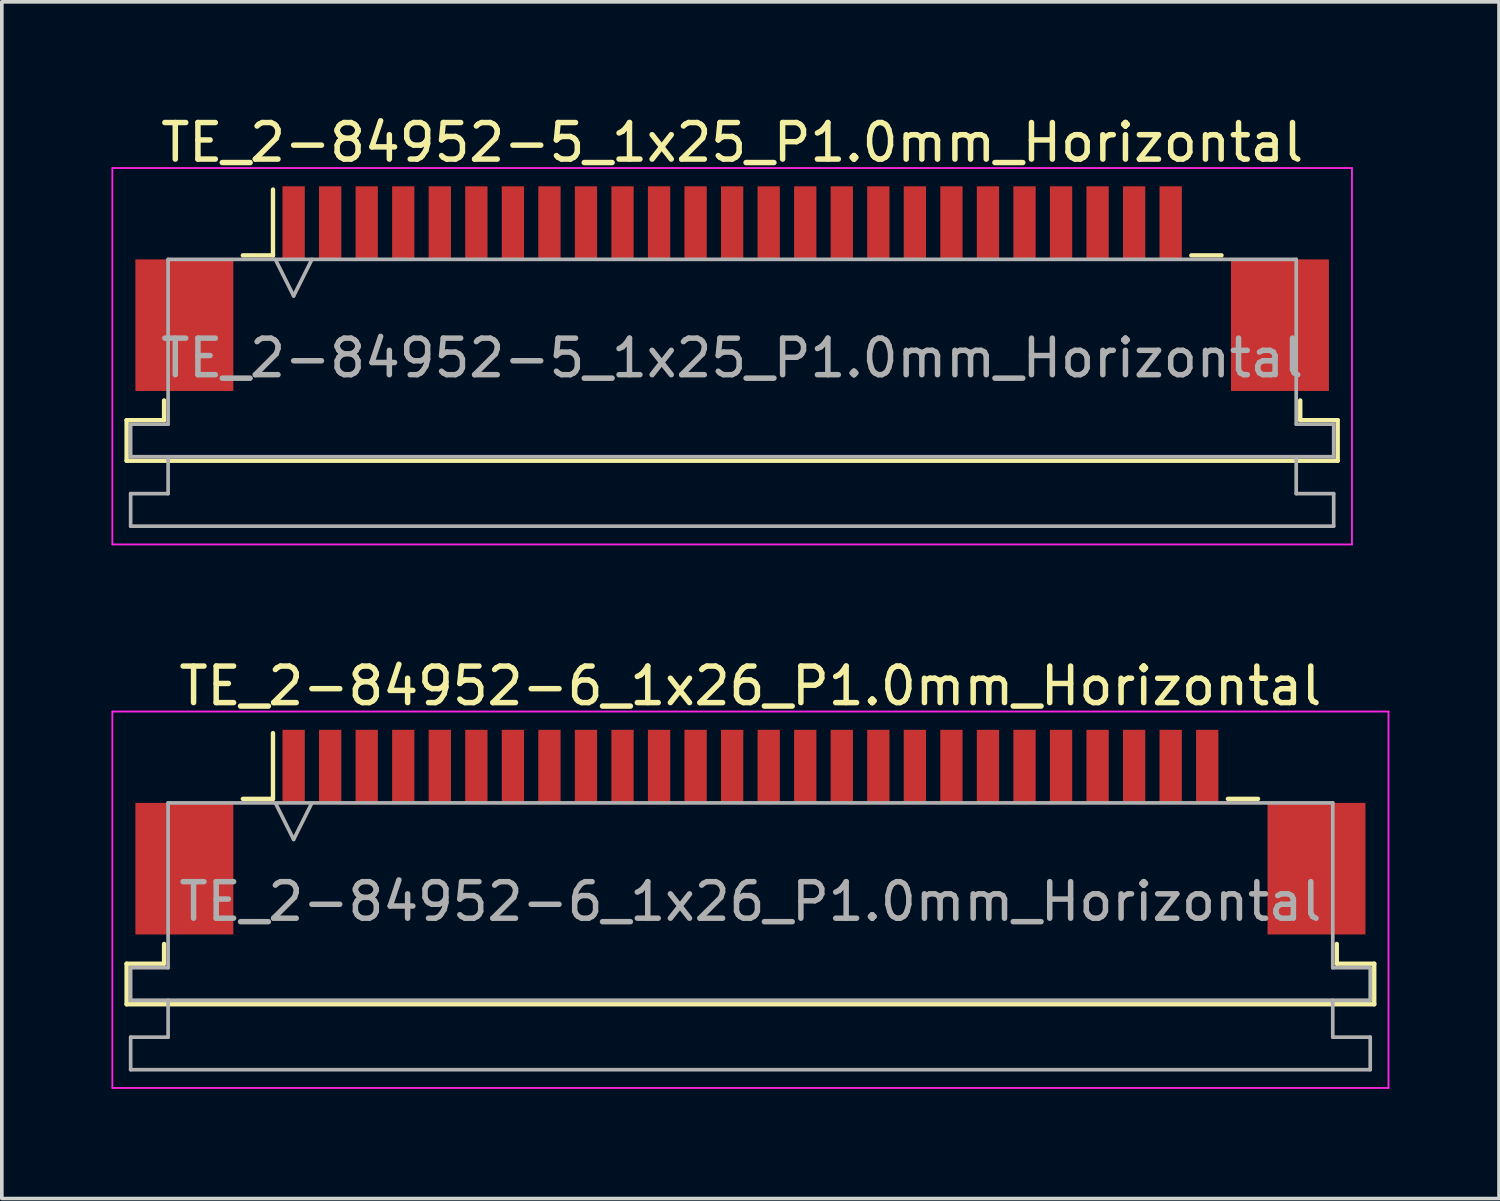
<source format=kicad_pcb>
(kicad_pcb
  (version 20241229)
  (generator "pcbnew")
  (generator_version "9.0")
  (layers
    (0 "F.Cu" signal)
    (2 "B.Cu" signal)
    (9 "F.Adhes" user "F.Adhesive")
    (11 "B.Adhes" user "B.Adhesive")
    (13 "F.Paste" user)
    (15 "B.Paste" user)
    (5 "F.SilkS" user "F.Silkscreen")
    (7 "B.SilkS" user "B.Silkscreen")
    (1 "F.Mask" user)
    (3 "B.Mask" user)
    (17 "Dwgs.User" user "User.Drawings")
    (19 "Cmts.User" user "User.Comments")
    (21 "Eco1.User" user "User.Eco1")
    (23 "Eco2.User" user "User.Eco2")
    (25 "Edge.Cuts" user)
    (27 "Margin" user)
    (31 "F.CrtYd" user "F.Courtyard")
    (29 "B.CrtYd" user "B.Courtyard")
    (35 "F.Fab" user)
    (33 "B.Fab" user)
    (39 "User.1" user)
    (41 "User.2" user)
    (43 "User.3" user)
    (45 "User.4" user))
  (footprint "TE_2-84952-5_1x25_P1.0mm_Horizontal"
    (layer "F.Cu")
    (at 16.985 4.848)
    (property "Reference" "TE_2-84952-5_1x25_P1.0mm_Horizontal" (at 0 -4 0) (layer "F.SilkS") (effects (font (size 1 1) (thickness 0.15))))
    (attr smd)
    (fp_line (start -16.57 3.6) (end -15.545 3.6) (stroke (width 0.12) (type solid)) (layer "F.SilkS"))
    (fp_line (start -16.57 4.71) (end -16.57 3.6) (stroke (width 0.12) (type solid)) (layer "F.SilkS"))
    (fp_line (start -15.545 3.6) (end -15.545 3.06) (stroke (width 0.12) (type solid)) (layer "F.SilkS"))
    (fp_line (start -13.39 -0.91) (end -12.565 -0.91) (stroke (width 0.12) (type solid)) (layer "F.SilkS"))
    (fp_line (start -12.565 -0.91) (end -12.565 -2.71) (stroke (width 0.12) (type solid)) (layer "F.SilkS"))
    (fp_line (start 12.565 -0.91) (end 13.39 -0.91) (stroke (width 0.12) (type solid)) (layer "F.SilkS"))
    (fp_line (start 15.545 3.06) (end 15.545 3.6) (stroke (width 0.12) (type solid)) (layer "F.SilkS"))
    (fp_line (start 15.545 3.6) (end 16.57 3.6) (stroke (width 0.12) (type solid)) (layer "F.SilkS"))
    (fp_line (start 16.57 3.6) (end 16.57 4.71) (stroke (width 0.12) (type solid)) (layer "F.SilkS"))
    (fp_line (start 16.57 4.71) (end -16.57 4.71) (stroke (width 0.12) (type solid)) (layer "F.SilkS"))
    (fp_line (start -16.96 -3.3) (end -16.96 7) (stroke (width 0.05) (type solid)) (layer "F.CrtYd"))
    (fp_line (start -16.96 7) (end 16.96 7) (stroke (width 0.05) (type solid)) (layer "F.CrtYd"))
    (fp_line (start 16.96 -3.3) (end -16.96 -3.3) (stroke (width 0.05) (type solid)) (layer "F.CrtYd"))
    (fp_line (start 16.96 7) (end 16.96 -3.3) (stroke (width 0.05) (type solid)) (layer "F.CrtYd"))
    (fp_line (start -16.46 3.71) (end -15.435 3.71) (stroke (width 0.1) (type solid)) (layer "F.Fab"))
    (fp_line (start -16.46 4.6) (end -16.46 3.71) (stroke (width 0.1) (type solid)) (layer "F.Fab"))
    (fp_line (start -16.46 5.61) (end -15.435 5.61) (stroke (width 0.1) (type solid)) (layer "F.Fab"))
    (fp_line (start -16.46 6.5) (end -16.46 5.61) (stroke (width 0.1) (type solid)) (layer "F.Fab"))
    (fp_line (start -15.435 -0.8) (end 15.435 -0.8) (stroke (width 0.1) (type solid)) (layer "F.Fab"))
    (fp_line (start -15.435 3.71) (end -15.435 -0.8) (stroke (width 0.1) (type solid)) (layer "F.Fab"))
    (fp_line (start -15.435 5.61) (end -15.435 4.6) (stroke (width 0.1) (type solid)) (layer "F.Fab"))
    (fp_line (start -12.5 -0.8) (end -12 0.2) (stroke (width 0.1) (type solid)) (layer "F.Fab"))
    (fp_line (start -12 0.2) (end -11.5 -0.8) (stroke (width 0.1) (type solid)) (layer "F.Fab"))
    (fp_line (start 15.435 -0.8) (end 15.435 3.71) (stroke (width 0.1) (type solid)) (layer "F.Fab"))
    (fp_line (start 15.435 3.71) (end 16.46 3.71) (stroke (width 0.1) (type solid)) (layer "F.Fab"))
    (fp_line (start 15.435 4.6) (end 15.435 5.61) (stroke (width 0.1) (type solid)) (layer "F.Fab"))
    (fp_line (start 15.435 5.61) (end 16.46 5.61) (stroke (width 0.1) (type solid)) (layer "F.Fab"))
    (fp_line (start 16.46 3.71) (end 16.46 4.6) (stroke (width 0.1) (type solid)) (layer "F.Fab"))
    (fp_line (start 16.46 4.6) (end -16.46 4.6) (stroke (width 0.1) (type solid)) (layer "F.Fab"))
    (fp_line (start 16.46 5.61) (end 16.46 6.5) (stroke (width 0.1) (type solid)) (layer "F.Fab"))
    (fp_line (start 16.46 6.5) (end -16.46 6.5) (stroke (width 0.1) (type solid)) (layer "F.Fab"))
    (fp_text user "${REFERENCE}" (at 0 1.9 0) (layer "F.Fab") (effects (font (size 1 1) (thickness 0.15))))
    (pad "" smd rect (at -14.99 1) (size 2.68 3.6) (layers "F.Cu" "F.Mask" "F.Paste"))
    (pad "" smd rect (at 14.99 1) (size 2.68 3.6) (layers "F.Cu" "F.Mask" "F.Paste"))
    (pad "1" smd rect (at -12 -1.8) (size 0.61 2) (layers "F.Cu" "F.Mask" "F.Paste"))
    (pad "2" smd rect (at -11 -1.8) (size 0.61 2) (layers "F.Cu" "F.Mask" "F.Paste"))
    (pad "3" smd rect (at -10 -1.8) (size 0.61 2) (layers "F.Cu" "F.Mask" "F.Paste"))
    (pad "4" smd rect (at -9 -1.8) (size 0.61 2) (layers "F.Cu" "F.Mask" "F.Paste"))
    (pad "5" smd rect (at -8 -1.8) (size 0.61 2) (layers "F.Cu" "F.Mask" "F.Paste"))
    (pad "6" smd rect (at -7 -1.8) (size 0.61 2) (layers "F.Cu" "F.Mask" "F.Paste"))
    (pad "7" smd rect (at -6 -1.8) (size 0.61 2) (layers "F.Cu" "F.Mask" "F.Paste"))
    (pad "8" smd rect (at -5 -1.8) (size 0.61 2) (layers "F.Cu" "F.Mask" "F.Paste"))
    (pad "9" smd rect (at -4 -1.8) (size 0.61 2) (layers "F.Cu" "F.Mask" "F.Paste"))
    (pad "10" smd rect (at -3 -1.8) (size 0.61 2) (layers "F.Cu" "F.Mask" "F.Paste"))
    (pad "11" smd rect (at -2 -1.8) (size 0.61 2) (layers "F.Cu" "F.Mask" "F.Paste"))
    (pad "12" smd rect (at -1 -1.8) (size 0.61 2) (layers "F.Cu" "F.Mask" "F.Paste"))
    (pad "13" smd rect (at 0 -1.8) (size 0.61 2) (layers "F.Cu" "F.Mask" "F.Paste"))
    (pad "14" smd rect (at 1 -1.8) (size 0.61 2) (layers "F.Cu" "F.Mask" "F.Paste"))
    (pad "15" smd rect (at 2 -1.8) (size 0.61 2) (layers "F.Cu" "F.Mask" "F.Paste"))
    (pad "16" smd rect (at 3 -1.8) (size 0.61 2) (layers "F.Cu" "F.Mask" "F.Paste"))
    (pad "17" smd rect (at 4 -1.8) (size 0.61 2) (layers "F.Cu" "F.Mask" "F.Paste"))
    (pad "18" smd rect (at 5 -1.8) (size 0.61 2) (layers "F.Cu" "F.Mask" "F.Paste"))
    (pad "19" smd rect (at 6 -1.8) (size 0.61 2) (layers "F.Cu" "F.Mask" "F.Paste"))
    (pad "20" smd rect (at 7 -1.8) (size 0.61 2) (layers "F.Cu" "F.Mask" "F.Paste"))
    (pad "21" smd rect (at 8 -1.8) (size 0.61 2) (layers "F.Cu" "F.Mask" "F.Paste"))
    (pad "22" smd rect (at 9 -1.8) (size 0.61 2) (layers "F.Cu" "F.Mask" "F.Paste"))
    (pad "23" smd rect (at 10 -1.8) (size 0.61 2) (layers "F.Cu" "F.Mask" "F.Paste"))
    (pad "24" smd rect (at 11 -1.8) (size 0.61 2) (layers "F.Cu" "F.Mask" "F.Paste"))
    (pad "25" smd rect (at 12 -1.8) (size 0.61 2) (layers "F.Cu" "F.Mask" "F.Paste")))
  (footprint "TE_2-84952-6_1x26_P1.0mm_Horizontal"
    (layer "F.Cu")
    (at 17.485 19.721)
    (property "Reference" "TE_2-84952-6_1x26_P1.0mm_Horizontal" (at 0 -4 0) (layer "F.SilkS") (effects (font (size 1 1) (thickness 0.15))))
    (attr smd)
    (fp_line (start -17.07 3.6) (end -16.045 3.6) (stroke (width 0.12) (type solid)) (layer "F.SilkS"))
    (fp_line (start -17.07 4.71) (end -17.07 3.6) (stroke (width 0.12) (type solid)) (layer "F.SilkS"))
    (fp_line (start -16.045 3.6) (end -16.045 3.06) (stroke (width 0.12) (type solid)) (layer "F.SilkS"))
    (fp_line (start -13.89 -0.91) (end -13.065 -0.91) (stroke (width 0.12) (type solid)) (layer "F.SilkS"))
    (fp_line (start -13.065 -0.91) (end -13.065 -2.71) (stroke (width 0.12) (type solid)) (layer "F.SilkS"))
    (fp_line (start 13.065 -0.91) (end 13.89 -0.91) (stroke (width 0.12) (type solid)) (layer "F.SilkS"))
    (fp_line (start 16.045 3.06) (end 16.045 3.6) (stroke (width 0.12) (type solid)) (layer "F.SilkS"))
    (fp_line (start 16.045 3.6) (end 17.07 3.6) (stroke (width 0.12) (type solid)) (layer "F.SilkS"))
    (fp_line (start 17.07 3.6) (end 17.07 4.71) (stroke (width 0.12) (type solid)) (layer "F.SilkS"))
    (fp_line (start 17.07 4.71) (end -17.07 4.71) (stroke (width 0.12) (type solid)) (layer "F.SilkS"))
    (fp_line (start -17.46 -3.3) (end -17.46 7) (stroke (width 0.05) (type solid)) (layer "F.CrtYd"))
    (fp_line (start -17.46 7) (end 17.46 7) (stroke (width 0.05) (type solid)) (layer "F.CrtYd"))
    (fp_line (start 17.46 -3.3) (end -17.46 -3.3) (stroke (width 0.05) (type solid)) (layer "F.CrtYd"))
    (fp_line (start 17.46 7) (end 17.46 -3.3) (stroke (width 0.05) (type solid)) (layer "F.CrtYd"))
    (fp_line (start -16.96 3.71) (end -15.935 3.71) (stroke (width 0.1) (type solid)) (layer "F.Fab"))
    (fp_line (start -16.96 4.6) (end -16.96 3.71) (stroke (width 0.1) (type solid)) (layer "F.Fab"))
    (fp_line (start -16.96 5.61) (end -15.935 5.61) (stroke (width 0.1) (type solid)) (layer "F.Fab"))
    (fp_line (start -16.96 6.5) (end -16.96 5.61) (stroke (width 0.1) (type solid)) (layer "F.Fab"))
    (fp_line (start -15.935 -0.8) (end 15.935 -0.8) (stroke (width 0.1) (type solid)) (layer "F.Fab"))
    (fp_line (start -15.935 3.71) (end -15.935 -0.8) (stroke (width 0.1) (type solid)) (layer "F.Fab"))
    (fp_line (start -15.935 5.61) (end -15.935 4.6) (stroke (width 0.1) (type solid)) (layer "F.Fab"))
    (fp_line (start -13 -0.8) (end -12.5 0.2) (stroke (width 0.1) (type solid)) (layer "F.Fab"))
    (fp_line (start -12.5 0.2) (end -12 -0.8) (stroke (width 0.1) (type solid)) (layer "F.Fab"))
    (fp_line (start 15.935 -0.8) (end 15.935 3.71) (stroke (width 0.1) (type solid)) (layer "F.Fab"))
    (fp_line (start 15.935 3.71) (end 16.96 3.71) (stroke (width 0.1) (type solid)) (layer "F.Fab"))
    (fp_line (start 15.935 4.6) (end 15.935 5.61) (stroke (width 0.1) (type solid)) (layer "F.Fab"))
    (fp_line (start 15.935 5.61) (end 16.96 5.61) (stroke (width 0.1) (type solid)) (layer "F.Fab"))
    (fp_line (start 16.96 3.71) (end 16.96 4.6) (stroke (width 0.1) (type solid)) (layer "F.Fab"))
    (fp_line (start 16.96 4.6) (end -16.96 4.6) (stroke (width 0.1) (type solid)) (layer "F.Fab"))
    (fp_line (start 16.96 5.61) (end 16.96 6.5) (stroke (width 0.1) (type solid)) (layer "F.Fab"))
    (fp_line (start 16.96 6.5) (end -16.96 6.5) (stroke (width 0.1) (type solid)) (layer "F.Fab"))
    (fp_text user "${REFERENCE}" (at 0 1.9 0) (layer "F.Fab") (effects (font (size 1 1) (thickness 0.15))))
    (pad "" smd rect (at -15.49 1) (size 2.68 3.6) (layers "F.Cu" "F.Mask" "F.Paste"))
    (pad "" smd rect (at 15.49 1) (size 2.68 3.6) (layers "F.Cu" "F.Mask" "F.Paste"))
    (pad "1" smd rect (at -12.5 -1.8) (size 0.61 2) (layers "F.Cu" "F.Mask" "F.Paste"))
    (pad "2" smd rect (at -11.5 -1.8) (size 0.61 2) (layers "F.Cu" "F.Mask" "F.Paste"))
    (pad "3" smd rect (at -10.5 -1.8) (size 0.61 2) (layers "F.Cu" "F.Mask" "F.Paste"))
    (pad "4" smd rect (at -9.5 -1.8) (size 0.61 2) (layers "F.Cu" "F.Mask" "F.Paste"))
    (pad "5" smd rect (at -8.5 -1.8) (size 0.61 2) (layers "F.Cu" "F.Mask" "F.Paste"))
    (pad "6" smd rect (at -7.5 -1.8) (size 0.61 2) (layers "F.Cu" "F.Mask" "F.Paste"))
    (pad "7" smd rect (at -6.5 -1.8) (size 0.61 2) (layers "F.Cu" "F.Mask" "F.Paste"))
    (pad "8" smd rect (at -5.5 -1.8) (size 0.61 2) (layers "F.Cu" "F.Mask" "F.Paste"))
    (pad "9" smd rect (at -4.5 -1.8) (size 0.61 2) (layers "F.Cu" "F.Mask" "F.Paste"))
    (pad "10" smd rect (at -3.5 -1.8) (size 0.61 2) (layers "F.Cu" "F.Mask" "F.Paste"))
    (pad "11" smd rect (at -2.5 -1.8) (size 0.61 2) (layers "F.Cu" "F.Mask" "F.Paste"))
    (pad "12" smd rect (at -1.5 -1.8) (size 0.61 2) (layers "F.Cu" "F.Mask" "F.Paste"))
    (pad "13" smd rect (at -0.5 -1.8) (size 0.61 2) (layers "F.Cu" "F.Mask" "F.Paste"))
    (pad "14" smd rect (at 0.5 -1.8) (size 0.61 2) (layers "F.Cu" "F.Mask" "F.Paste"))
    (pad "15" smd rect (at 1.5 -1.8) (size 0.61 2) (layers "F.Cu" "F.Mask" "F.Paste"))
    (pad "16" smd rect (at 2.5 -1.8) (size 0.61 2) (layers "F.Cu" "F.Mask" "F.Paste"))
    (pad "17" smd rect (at 3.5 -1.8) (size 0.61 2) (layers "F.Cu" "F.Mask" "F.Paste"))
    (pad "18" smd rect (at 4.5 -1.8) (size 0.61 2) (layers "F.Cu" "F.Mask" "F.Paste"))
    (pad "19" smd rect (at 5.5 -1.8) (size 0.61 2) (layers "F.Cu" "F.Mask" "F.Paste"))
    (pad "20" smd rect (at 6.5 -1.8) (size 0.61 2) (layers "F.Cu" "F.Mask" "F.Paste"))
    (pad "21" smd rect (at 7.5 -1.8) (size 0.61 2) (layers "F.Cu" "F.Mask" "F.Paste"))
    (pad "22" smd rect (at 8.5 -1.8) (size 0.61 2) (layers "F.Cu" "F.Mask" "F.Paste"))
    (pad "23" smd rect (at 9.5 -1.8) (size 0.61 2) (layers "F.Cu" "F.Mask" "F.Paste"))
    (pad "24" smd rect (at 10.5 -1.8) (size 0.61 2) (layers "F.Cu" "F.Mask" "F.Paste"))
    (pad "25" smd rect (at 11.5 -1.8) (size 0.61 2) (layers "F.Cu" "F.Mask" "F.Paste"))
    (pad "26" smd rect (at 12.5 -1.8) (size 0.61 2) (layers "F.Cu" "F.Mask" "F.Paste")))
  (gr_rect
    (start -3 -3)
    (end 37.97 29.747)
    (stroke (width 0.1) (type default))
    (fill no)
    (layer "Edge.Cuts")))
</source>
